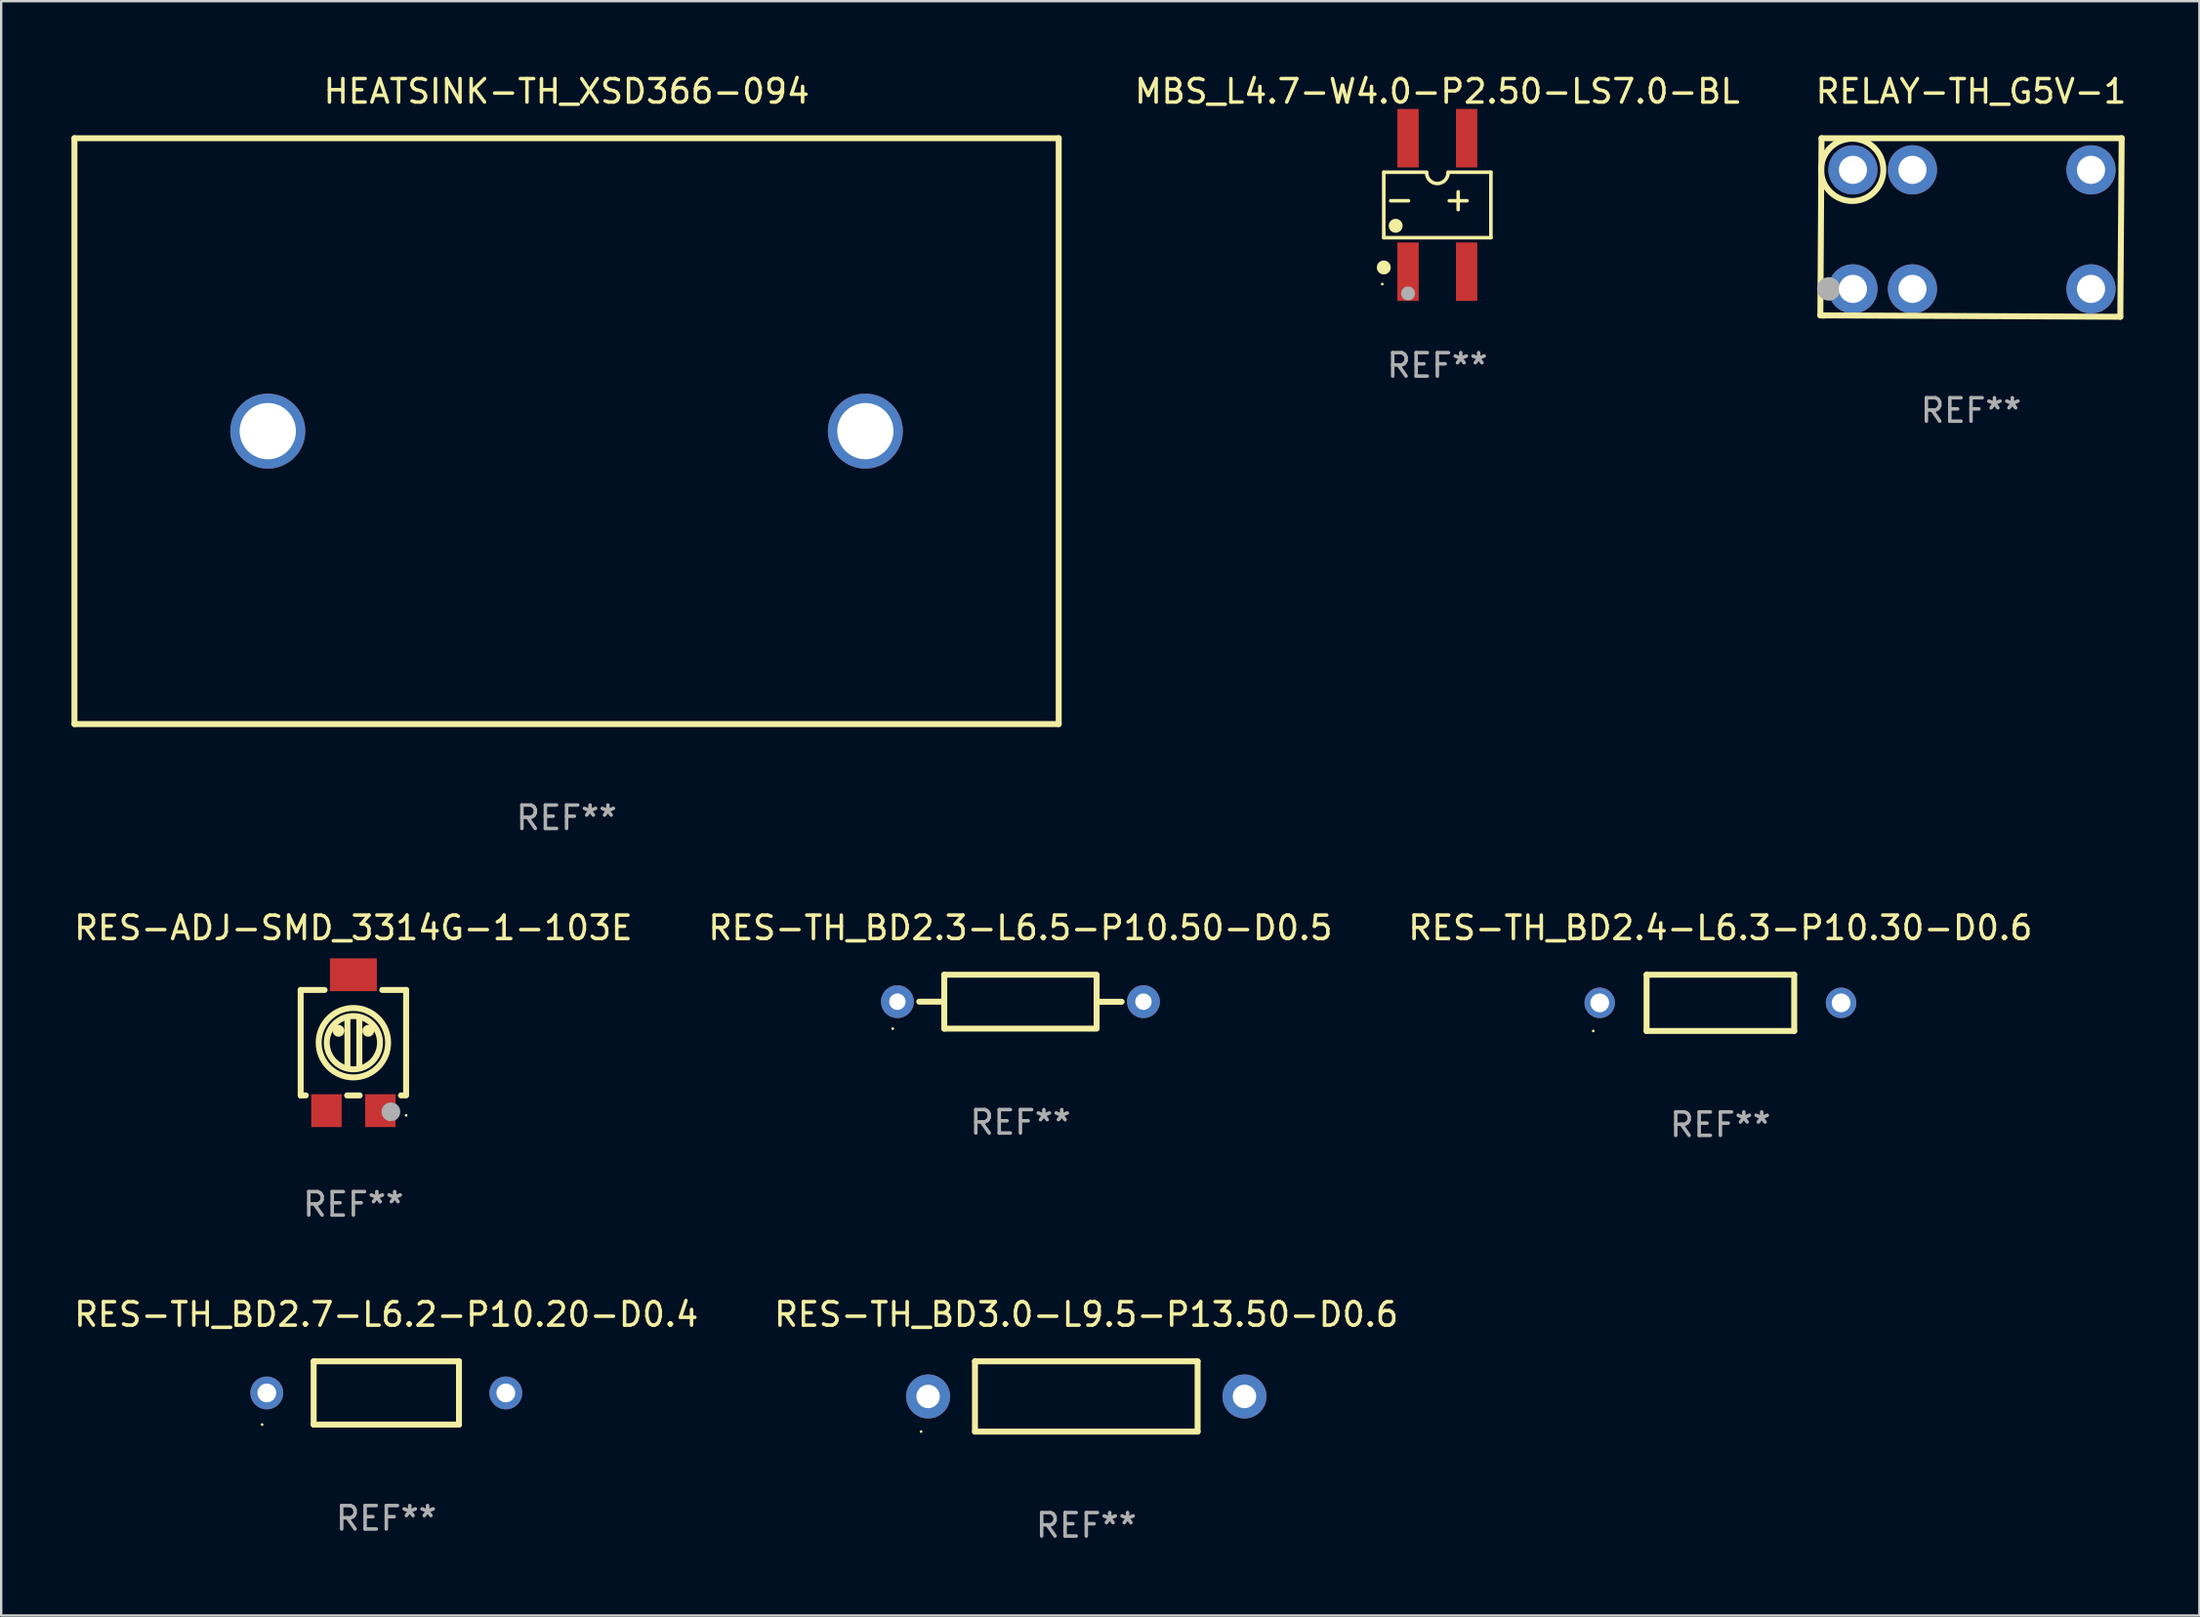
<source format=kicad_pcb>
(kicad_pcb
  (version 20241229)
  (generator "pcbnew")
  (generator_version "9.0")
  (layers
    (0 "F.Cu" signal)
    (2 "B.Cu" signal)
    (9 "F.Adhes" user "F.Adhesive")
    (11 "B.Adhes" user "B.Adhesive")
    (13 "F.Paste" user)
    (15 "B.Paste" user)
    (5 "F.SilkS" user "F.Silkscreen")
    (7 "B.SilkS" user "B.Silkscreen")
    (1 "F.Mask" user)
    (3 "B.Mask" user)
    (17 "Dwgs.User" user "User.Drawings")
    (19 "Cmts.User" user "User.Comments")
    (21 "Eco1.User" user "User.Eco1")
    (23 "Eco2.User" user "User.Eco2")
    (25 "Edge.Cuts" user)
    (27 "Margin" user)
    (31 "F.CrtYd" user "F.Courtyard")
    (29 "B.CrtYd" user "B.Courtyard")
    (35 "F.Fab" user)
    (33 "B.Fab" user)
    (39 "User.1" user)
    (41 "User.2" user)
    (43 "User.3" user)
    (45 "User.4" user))
  (footprint "RES-ADJ-SMD_3314G-1-103E"
    (layer "F.Cu")
    (at 12.03 41.445)
    (property "Reference" "RES-ADJ-SMD_3314G-1-103E" (at 0 -4.9 0) (layer "F.SilkS") (effects (font (size 1 1) (thickness 0.15))))
    (attr smd)
    (fp_line (start -2.25 -2.25) (end -2.25 2.25) (stroke (width 0.254) (type solid)) (layer "F.SilkS"))
    (fp_line (start -2.25 2.25) (end -2.031 2.25) (stroke (width 0.254) (type solid)) (layer "F.SilkS"))
    (fp_line (start -1.231 -2.25) (end -2.25 -2.25) (stroke (width 0.254) (type solid)) (layer "F.SilkS"))
    (fp_line (start -0.269 2.25) (end 0.269 2.25) (stroke (width 0.254) (type solid)) (layer "F.SilkS"))
    (fp_line (start -0.254 -1.016) (end -0.254 1.016) (stroke (width 0.254) (type solid)) (layer "F.SilkS"))
    (fp_line (start 0.254 -1.016) (end 0.254 1.016) (stroke (width 0.254) (type solid)) (layer "F.SilkS"))
    (fp_line (start 2.031 2.25) (end 2.159 2.25) (stroke (width 0.254) (type solid)) (layer "F.SilkS"))
    (fp_line (start 2.25 -2.25) (end 1.231 -2.25) (stroke (width 0.254) (type solid)) (layer "F.SilkS"))
    (fp_line (start 2.25 -2.25) (end 2.25 2.25) (stroke (width 0.254) (type solid)) (layer "F.SilkS"))
    (fp_circle (center -0.635 -0.508) (end -0.508 -0.508) (stroke (width 0.254) (type solid)) (fill no) (layer "F.SilkS"))
    (fp_circle (center 0 -0.000127) (end 1.136 -0.000127) (stroke (width 0.254) (type solid)) (fill no) (layer "F.SilkS"))
    (fp_circle (center 0 -0.000127) (end 1.481 -0.000127) (stroke (width 0.254) (type solid)) (fill no) (layer "F.SilkS"))
    (fp_circle (center 0.635 -0.508) (end 0.762 -0.508) (stroke (width 0.254) (type solid)) (fill no) (layer "F.SilkS"))
    (fp_circle (center 2.25 3.1) (end 2.28 3.1) (stroke (width 0.06) (type solid)) (fill no) (layer "F.SilkS"))
    (fp_circle (center 1.6 2.95) (end 1.8 2.95) (stroke (width 0.4) (type solid)) (fill no) (layer "F.Fab"))
    (fp_text user "REF**" (at 0 6.9 0) (layer "F.Fab") (effects (font (size 1 1) (thickness 0.15))))
    (pad "1" smd rect (at 1.15 2.9) (size 1.3 1.4) (layers "F.Cu" "F.Mask" "F.Paste"))
    (pad "2" smd rect (at 0 -2.9) (size 2 1.4) (layers "F.Cu" "F.Mask" "F.Paste"))
    (pad "3" smd rect (at -1.15 2.9) (size 1.3 1.4) (layers "F.Cu" "F.Mask" "F.Paste")))
  (footprint "RES-TH_BD2.7-L6.2-P10.20-D0.4"
    (layer "F.Cu")
    (at 13.435 56.391)
    (property "Reference" "RES-TH_BD2.7-L6.2-P10.20-D0.4" (at 0 -3.35 0) (layer "F.SilkS") (effects (font (size 1 1) (thickness 0.15))))
    (attr through_hole)
    (fp_line (start -3.1 -1.35) (end 3.1 -1.35) (stroke (width 0.254) (type solid)) (layer "F.SilkS"))
    (fp_line (start -3.1 1.35) (end 3.1 1.35) (stroke (width 0.254) (type solid)) (layer "F.SilkS"))
    (fp_line (start -3.1 1.35) (end -3.1 -1.35) (stroke (width 0.254) (type solid)) (layer "F.SilkS"))
    (fp_line (start 3.1 1.35) (end 3.1 -1.35) (stroke (width 0.254) (type solid)) (layer "F.SilkS"))
    (fp_circle (center -5.3 1.35) (end -5.27 1.35) (stroke (width 0.06) (type solid)) (fill no) (layer "F.SilkS"))
    (fp_text user "REF**" (at 0 5.35 0) (layer "F.Fab") (effects (font (size 1 1) (thickness 0.15))))
    (pad "1" thru_hole circle (at -5.1 0) (size 1.4 1.4) (drill 0.8) (layers "*.Cu" "*.Mask"))
    (pad "2" thru_hole circle (at 5.1 0) (size 1.4 1.4) (drill 0.8) (layers "*.Cu" "*.Mask")))
  (footprint "RES-TH_BD2.4-L6.3-P10.30-D0.6"
    (layer "F.Cu")
    (at 70.363 39.745)
    (property "Reference" "RES-TH_BD2.4-L6.3-P10.30-D0.6" (at 0 -3.2 0) (layer "F.SilkS") (effects (font (size 1 1) (thickness 0.15))))
    (attr through_hole)
    (fp_line (start -3.15 -1.2) (end 3.15 -1.2) (stroke (width 0.254) (type solid)) (layer "F.SilkS"))
    (fp_line (start -3.15 1.2) (end -3.15 -1.2) (stroke (width 0.254) (type solid)) (layer "F.SilkS"))
    (fp_line (start 3.15 -1.2) (end 3.15 1.2) (stroke (width 0.254) (type solid)) (layer "F.SilkS"))
    (fp_line (start 3.15 1.2) (end -3.15 1.2) (stroke (width 0.254) (type solid)) (layer "F.SilkS"))
    (fp_circle (center -5.425 1.2) (end -5.395 1.2) (stroke (width 0.06) (type solid)) (fill no) (layer "F.SilkS"))
    (fp_text user "REF**" (at 0 5.2 0) (layer "F.Fab") (effects (font (size 1 1) (thickness 0.15))))
    (pad "1" thru_hole circle (at -5.15 0) (size 1.3 1.3) (drill 0.8) (layers "*.Cu" "*.Mask"))
    (pad "2" thru_hole circle (at 5.15 0) (size 1.3 1.3) (drill 0.8) (layers "*.Cu" "*.Mask")))
  (footprint "HEATSINK-TH_XSD366-094"
    (layer "F.Cu")
    (at 21.127 15.348)
    (property "Reference" "HEATSINK-TH_XSD366-094" (at 0 -14.5 0) (layer "F.SilkS") (effects (font (size 1 1) (thickness 0.15))))
    (attr through_hole)
    (fp_line (start -21 -12.5) (end -21 12.5) (stroke (width 0.254) (type solid)) (layer "F.SilkS"))
    (fp_line (start -21 -12.5) (end 21 -12.5) (stroke (width 0.254) (type solid)) (layer "F.SilkS"))
    (fp_line (start -21 12.5) (end 21 12.5) (stroke (width 0.254) (type solid)) (layer "F.SilkS"))
    (fp_line (start 21 -12.5) (end 21 12.5) (stroke (width 0.254) (type solid)) (layer "F.SilkS"))
    (fp_text user "REF**" (at 0 16.5 0) (layer "F.Fab") (effects (font (size 1 1) (thickness 0.15))))
    (pad "1" thru_hole circle (at -12.75 0) (size 3.2 3.2) (drill 2.4) (layers "*.Cu" "*.Mask"))
    (pad "2" thru_hole circle (at 12.75 0) (size 3.2 3.2) (drill 2.4) (layers "*.Cu" "*.Mask")))
  (footprint "RES-TH_BD3.0-L9.5-P13.50-D0.6"
    (layer "F.Cu")
    (at 43.304 56.541)
    (property "Reference" "RES-TH_BD3.0-L9.5-P13.50-D0.6" (at 0 -3.5 0) (layer "F.SilkS") (effects (font (size 1 1) (thickness 0.15))))
    (attr through_hole)
    (fp_line (start -4.75 -1.5) (end 4.75 -1.5) (stroke (width 0.254) (type solid)) (layer "F.SilkS"))
    (fp_line (start -4.75 1.5) (end -4.75 -1.5) (stroke (width 0.254) (type solid)) (layer "F.SilkS"))
    (fp_line (start 4.75 -1.5) (end 4.75 1.5) (stroke (width 0.254) (type solid)) (layer "F.SilkS"))
    (fp_line (start 4.75 1.5) (end -4.75 1.5) (stroke (width 0.254) (type solid)) (layer "F.SilkS"))
    (fp_circle (center -7.05 1.5) (end -7.02 1.5) (stroke (width 0.06) (type solid)) (fill no) (layer "F.SilkS"))
    (fp_text user "REF**" (at 0 5.5 0) (layer "F.Fab") (effects (font (size 1 1) (thickness 0.15))))
    (pad "1" thru_hole circle (at -6.75 0) (size 1.88 1.88) (drill 1) (layers "*.Cu" "*.Mask"))
    (pad "2" thru_hole circle (at 6.75 0) (size 1.88 1.88) (drill 1) (layers "*.Cu" "*.Mask")))
  (footprint "RELAY-TH_G5V-1"
    (layer "F.Cu")
    (at 81.098 6.738)
    (property "Reference" "RELAY-TH_G5V-1" (at -0.04 -5.89 0) (layer "F.SilkS") (effects (font (size 1 1) (thickness 0.15))))
    (attr through_hole)
    (fp_line (start -6.47 3.67) (end -6.42 -3.89) (stroke (width 0.254) (type solid)) (layer "F.SilkS"))
    (fp_line (start -6.42 -3.89) (end 6.389 -3.89) (stroke (width 0.254) (type solid)) (layer "F.SilkS"))
    (fp_line (start -6.32 3.68) (end -6.47 3.67) (stroke (width 0.254) (type solid)) (layer "F.SilkS"))
    (fp_line (start 6.33 3.73) (end -6.4 3.67) (stroke (width 0.254) (type solid)) (layer "F.SilkS"))
    (fp_line (start 6.389 -3.89) (end 6.33 3.73) (stroke (width 0.254) (type solid)) (layer "F.SilkS"))
    (fp_circle (center -6.27 3.65) (end -6.24 3.65) (stroke (width 0.06) (type solid)) (fill no) (layer "F.SilkS"))
    (fp_circle (center -5.11 -2.54) (end -3.781 -2.54) (stroke (width 0.254) (type solid)) (fill no) (layer "F.SilkS"))
    (fp_circle (center -6.11 2.54) (end -5.86 2.54) (stroke (width 0.5) (type solid)) (fill no) (layer "F.Fab"))
    (fp_text user "REF**" (at -0.04 7.73 0) (layer "F.Fab") (effects (font (size 1 1) (thickness 0.15))))
    (pad "1" thru_hole circle (at -5.08 2.54 180) (size 2.1 2.1) (drill 1.2) (layers "*.Cu" "*.Mask"))
    (pad "2" thru_hole circle (at -2.54 2.54 180) (size 2.1 2.1) (drill 1.2) (layers "*.Cu" "*.Mask"))
    (pad "5" thru_hole circle (at 5.08 2.54 90) (size 2.1 2.1) (drill 1.2) (layers "*.Cu" "*.Mask"))
    (pad "6" thru_hole circle (at 5.08 -2.54 90) (size 2.1 2.1) (drill 1.2) (layers "*.Cu" "*.Mask"))
    (pad "9" thru_hole circle (at -2.54 -2.54 180) (size 2.1 2.1) (drill 1.2) (layers "*.Cu" "*.Mask"))
    (pad "10" thru_hole circle (at -5.08 -2.54 180) (size 2.1 2.1) (drill 1.2) (layers "*.Cu" "*.Mask")))
  (footprint "RES-TH_BD2.3-L6.5-P10.50-D0.5"
    (layer "F.Cu")
    (at 40.494 39.695)
    (property "Reference" "RES-TH_BD2.3-L6.5-P10.50-D0.5" (at 0 -3.15 0) (layer "F.SilkS") (effects (font (size 1 1) (thickness 0.15))))
    (attr through_hole)
    (fp_line (start -4.319 0) (end -3.25 0) (stroke (width 0.254) (type solid)) (layer "F.SilkS"))
    (fp_line (start -3.25 -1.15) (end 3.25 -1.15) (stroke (width 0.254) (type solid)) (layer "F.SilkS"))
    (fp_line (start -3.25 1.15) (end -3.25 -1.15) (stroke (width 0.254) (type solid)) (layer "F.SilkS"))
    (fp_line (start 3.25 -1.12) (end 3.25 1.12) (stroke (width 0.254) (type solid)) (layer "F.SilkS"))
    (fp_line (start 3.25 0.004) (end 4.319 0.004) (stroke (width 0.254) (type solid)) (layer "F.SilkS"))
    (fp_line (start 3.25 1.15) (end -3.25 1.15) (stroke (width 0.254) (type solid)) (layer "F.SilkS"))
    (fp_circle (center -5.45 1.15) (end -5.42 1.15) (stroke (width 0.06) (type solid)) (fill no) (layer "F.SilkS"))
    (fp_text user "REF**" (at 0 5.15 0) (layer "F.Fab") (effects (font (size 1 1) (thickness 0.15))))
    (pad "1" thru_hole circle (at -5.25 0) (size 1.4 1.4) (drill 0.7) (layers "*.Cu" "*.Mask"))
    (pad "2" thru_hole circle (at 5.25 0) (size 1.4 1.4) (drill 0.7) (layers "*.Cu" "*.Mask")))
  (footprint "MBS_L4.7-W4.0-P2.50-LS7.0-BL"
    (layer "F.Cu")
    (at 58.284 5.696)
    (property "Reference" "MBS_L4.7-W4.0-P2.50-LS7.0-BL" (at 0 -4.848 0) (layer "F.SilkS") (effects (font (size 1 1) (thickness 0.15))))
    (attr smd)
    (fp_line (start -2.286 -1.397) (end -0.457 -1.397) (stroke (width 0.152) (type solid)) (layer "F.SilkS"))
    (fp_line (start -2.286 1.397) (end -2.286 -1.397) (stroke (width 0.152) (type solid)) (layer "F.SilkS"))
    (fp_line (start -2.286 1.397) (end 2.286 1.397) (stroke (width 0.152) (type solid)) (layer "F.SilkS"))
    (fp_line (start 2.286 -1.397) (end 0.457 -1.397) (stroke (width 0.152) (type solid)) (layer "F.SilkS"))
    (fp_line (start 2.286 1.397) (end 2.286 -1.397) (stroke (width 0.152) (type solid)) (layer "F.SilkS"))
    (fp_arc (start 0.456515 -1.371323) (mid 0.000088 -0.918086) (end -0.456539 -1.371121) (stroke (width 0.1524) (type solid)) (layer "F.SilkS"))
    (fp_circle (center -2.35 3.375) (end -2.32 3.375) (stroke (width 0.06) (type solid)) (fill no) (layer "F.SilkS"))
    (fp_circle (center -2.286 2.667) (end -2.136 2.667) (stroke (width 0.3) (type solid)) (fill no) (layer "F.SilkS"))
    (fp_circle (center -1.778 0.889) (end -1.628 0.889) (stroke (width 0.3) (type solid)) (fill no) (layer "F.SilkS"))
    (fp_circle (center -1.25 3.775) (end -1.1 3.775) (stroke (width 0.3) (type solid)) (fill no) (layer "F.Fab"))
    (fp_text user "+" (at 0.889 -0.254 0) (layer "F.SilkS") (effects (font (size 1 1) (thickness 0.15))))
    (fp_text user "-" (at -1.611 -0.254 0) (layer "F.SilkS") (effects (font (size 1 1) (thickness 0.15))))
    (fp_text user "REF**" (at 0 6.848 0) (layer "F.Fab") (effects (font (size 1 1) (thickness 0.15))))
    (pad "1" smd rect (at -1.25 2.848) (size 0.91 2.495) (layers "F.Cu" "F.Mask" "F.Paste"))
    (pad "2" smd rect (at 1.25 2.848) (size 0.91 2.495) (layers "F.Cu" "F.Mask" "F.Paste"))
    (pad "3" smd rect (at 1.25 -2.848) (size 0.91 2.495) (layers "F.Cu" "F.Mask" "F.Paste"))
    (pad "4" smd rect (at -1.25 -2.848) (size 0.91 2.495) (layers "F.Cu" "F.Mask" "F.Paste")))
  (gr_rect
    (start -3 -3)
    (end 90.802 65.889)
    (stroke (width 0.1) (type default))
    (fill no)
    (layer "Edge.Cuts")))
</source>
